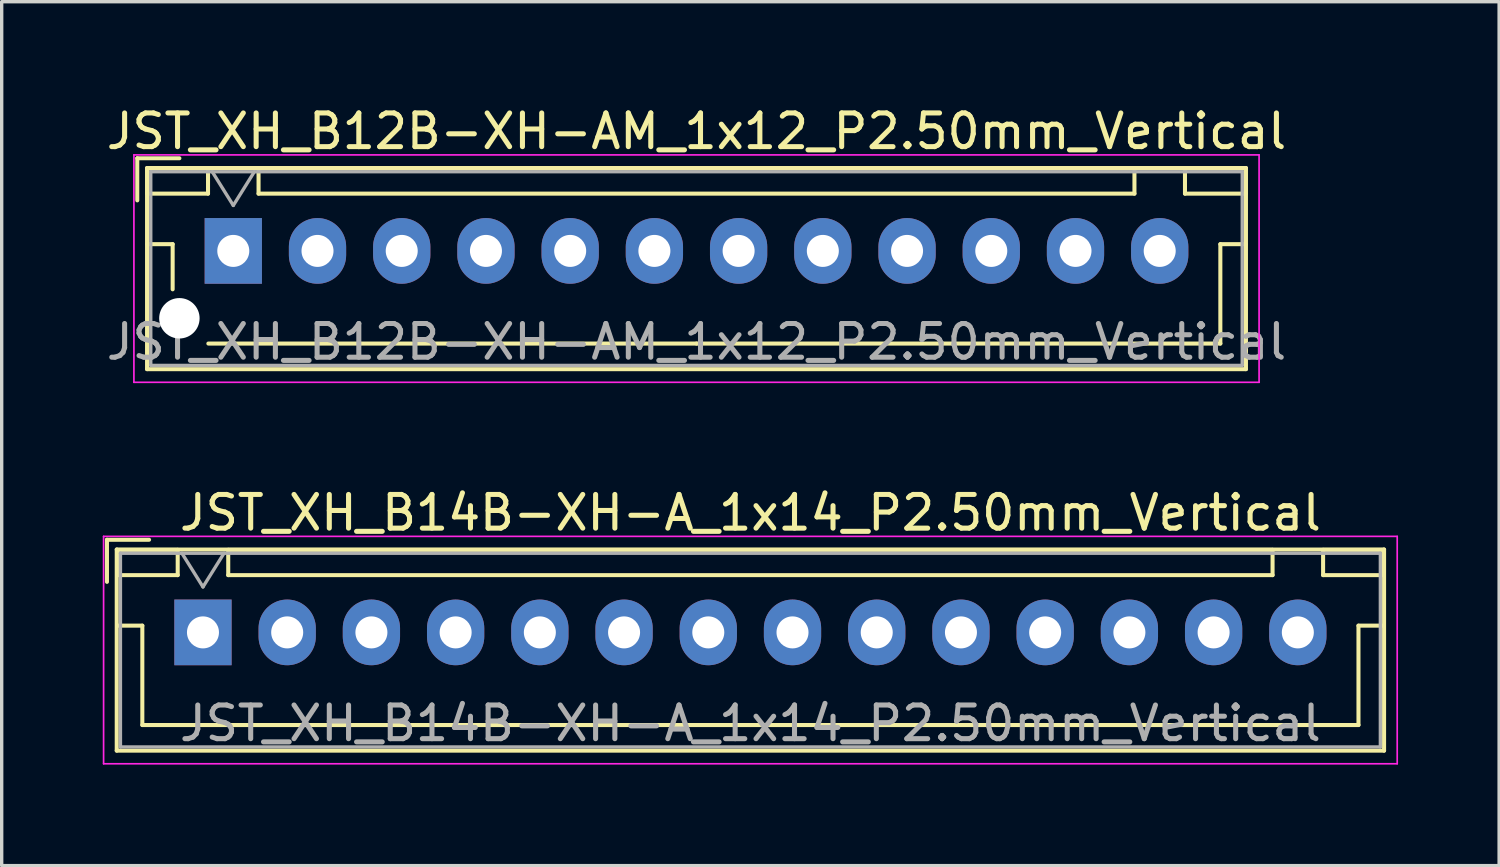
<source format=kicad_pcb>
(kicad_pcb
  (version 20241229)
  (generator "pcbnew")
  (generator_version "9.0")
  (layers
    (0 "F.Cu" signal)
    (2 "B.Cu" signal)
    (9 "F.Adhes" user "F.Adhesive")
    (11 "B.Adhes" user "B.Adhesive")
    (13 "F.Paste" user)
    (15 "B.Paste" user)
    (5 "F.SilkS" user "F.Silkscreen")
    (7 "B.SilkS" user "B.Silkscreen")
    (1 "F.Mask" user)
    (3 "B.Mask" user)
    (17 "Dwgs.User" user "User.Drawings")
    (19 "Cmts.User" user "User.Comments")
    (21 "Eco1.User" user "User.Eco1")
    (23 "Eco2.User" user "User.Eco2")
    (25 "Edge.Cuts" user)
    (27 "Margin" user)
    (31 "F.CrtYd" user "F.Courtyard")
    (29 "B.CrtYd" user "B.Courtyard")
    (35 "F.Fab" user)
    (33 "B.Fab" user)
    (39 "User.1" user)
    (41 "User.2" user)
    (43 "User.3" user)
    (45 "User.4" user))
  (footprint "JST_XH_B14B-XH-A_1x14_P2.50mm_Vertical"
    (layer "F.Cu")
    (at 2.975 15.722)
    (property "Reference" "JST_XH_B14B-XH-A_1x14_P2.50mm_Vertical" (at 16.25 -3.55 0) (layer "F.SilkS") (effects (font (size 1 1) (thickness 0.15))))
    (attr through_hole)
    (fp_line (start -2.85 -2.75) (end -2.85 -1.5) (stroke (width 0.12) (type solid)) (layer "F.SilkS"))
    (fp_line (start -2.56 -2.46) (end -2.56 3.51) (stroke (width 0.12) (type solid)) (layer "F.SilkS"))
    (fp_line (start -2.56 3.51) (end 35.06 3.51) (stroke (width 0.12) (type solid)) (layer "F.SilkS"))
    (fp_line (start -2.55 -2.45) (end -2.55 -1.7) (stroke (width 0.12) (type solid)) (layer "F.SilkS"))
    (fp_line (start -2.55 -1.7) (end -0.75 -1.7) (stroke (width 0.12) (type solid)) (layer "F.SilkS"))
    (fp_line (start -2.55 -0.2) (end -1.8 -0.2) (stroke (width 0.12) (type solid)) (layer "F.SilkS"))
    (fp_line (start -1.8 -0.2) (end -1.8 2.75) (stroke (width 0.12) (type solid)) (layer "F.SilkS"))
    (fp_line (start -1.8 2.75) (end 16.25 2.75) (stroke (width 0.12) (type solid)) (layer "F.SilkS"))
    (fp_line (start -1.6 -2.75) (end -2.85 -2.75) (stroke (width 0.12) (type solid)) (layer "F.SilkS"))
    (fp_line (start -0.75 -2.45) (end -2.55 -2.45) (stroke (width 0.12) (type solid)) (layer "F.SilkS"))
    (fp_line (start -0.75 -1.7) (end -0.75 -2.45) (stroke (width 0.12) (type solid)) (layer "F.SilkS"))
    (fp_line (start 0.75 -2.45) (end 0.75 -1.7) (stroke (width 0.12) (type solid)) (layer "F.SilkS"))
    (fp_line (start 0.75 -1.7) (end 31.75 -1.7) (stroke (width 0.12) (type solid)) (layer "F.SilkS"))
    (fp_line (start 31.75 -2.45) (end 0.75 -2.45) (stroke (width 0.12) (type solid)) (layer "F.SilkS"))
    (fp_line (start 31.75 -1.7) (end 31.75 -2.45) (stroke (width 0.12) (type solid)) (layer "F.SilkS"))
    (fp_line (start 33.25 -2.45) (end 33.25 -1.7) (stroke (width 0.12) (type solid)) (layer "F.SilkS"))
    (fp_line (start 33.25 -1.7) (end 35.05 -1.7) (stroke (width 0.12) (type solid)) (layer "F.SilkS"))
    (fp_line (start 34.3 -0.2) (end 34.3 2.75) (stroke (width 0.12) (type solid)) (layer "F.SilkS"))
    (fp_line (start 34.3 2.75) (end 16.25 2.75) (stroke (width 0.12) (type solid)) (layer "F.SilkS"))
    (fp_line (start 35.05 -2.45) (end 33.25 -2.45) (stroke (width 0.12) (type solid)) (layer "F.SilkS"))
    (fp_line (start 35.05 -1.7) (end 35.05 -2.45) (stroke (width 0.12) (type solid)) (layer "F.SilkS"))
    (fp_line (start 35.05 -0.2) (end 34.3 -0.2) (stroke (width 0.12) (type solid)) (layer "F.SilkS"))
    (fp_line (start 35.06 -2.46) (end -2.56 -2.46) (stroke (width 0.12) (type solid)) (layer "F.SilkS"))
    (fp_line (start 35.06 3.51) (end 35.06 -2.46) (stroke (width 0.12) (type solid)) (layer "F.SilkS"))
    (fp_line (start -2.95 -2.85) (end -2.95 3.9) (stroke (width 0.05) (type solid)) (layer "F.CrtYd"))
    (fp_line (start -2.95 3.9) (end 35.45 3.9) (stroke (width 0.05) (type solid)) (layer "F.CrtYd"))
    (fp_line (start 35.45 -2.85) (end -2.95 -2.85) (stroke (width 0.05) (type solid)) (layer "F.CrtYd"))
    (fp_line (start 35.45 3.9) (end 35.45 -2.85) (stroke (width 0.05) (type solid)) (layer "F.CrtYd"))
    (fp_line (start -2.45 -2.35) (end -2.45 3.4) (stroke (width 0.1) (type solid)) (layer "F.Fab"))
    (fp_line (start -2.45 3.4) (end 34.95 3.4) (stroke (width 0.1) (type solid)) (layer "F.Fab"))
    (fp_line (start -0.625 -2.35) (end 0 -1.35) (stroke (width 0.1) (type solid)) (layer "F.Fab"))
    (fp_line (start 0 -1.35) (end 0.625 -2.35) (stroke (width 0.1) (type solid)) (layer "F.Fab"))
    (fp_line (start 34.95 -2.35) (end -2.45 -2.35) (stroke (width 0.1) (type solid)) (layer "F.Fab"))
    (fp_line (start 34.95 3.4) (end 34.95 -2.35) (stroke (width 0.1) (type solid)) (layer "F.Fab"))
    (fp_text user "${REFERENCE}" (at 16.25 2.7 0) (layer "F.Fab") (effects (font (size 1 1) (thickness 0.15))))
    (pad "1" thru_hole rect (at 0 0) (size 1.7 1.95) (drill 0.95) (layers "*.Cu" "*.Mask"))
    (pad "2" thru_hole oval (at 2.5 0) (size 1.7 1.95) (drill 0.95) (layers "*.Cu" "*.Mask"))
    (pad "3" thru_hole oval (at 5 0) (size 1.7 1.95) (drill 0.95) (layers "*.Cu" "*.Mask"))
    (pad "4" thru_hole oval (at 7.5 0) (size 1.7 1.95) (drill 0.95) (layers "*.Cu" "*.Mask"))
    (pad "5" thru_hole oval (at 10 0) (size 1.7 1.95) (drill 0.95) (layers "*.Cu" "*.Mask"))
    (pad "6" thru_hole oval (at 12.5 0) (size 1.7 1.95) (drill 0.95) (layers "*.Cu" "*.Mask"))
    (pad "7" thru_hole oval (at 15 0) (size 1.7 1.95) (drill 0.95) (layers "*.Cu" "*.Mask"))
    (pad "8" thru_hole oval (at 17.5 0) (size 1.7 1.95) (drill 0.95) (layers "*.Cu" "*.Mask"))
    (pad "9" thru_hole oval (at 20 0) (size 1.7 1.95) (drill 0.95) (layers "*.Cu" "*.Mask"))
    (pad "10" thru_hole oval (at 22.5 0) (size 1.7 1.95) (drill 0.95) (layers "*.Cu" "*.Mask"))
    (pad "11" thru_hole oval (at 25 0) (size 1.7 1.95) (drill 0.95) (layers "*.Cu" "*.Mask"))
    (pad "12" thru_hole oval (at 27.5 0) (size 1.7 1.95) (drill 0.95) (layers "*.Cu" "*.Mask"))
    (pad "13" thru_hole oval (at 30 0) (size 1.7 1.95) (drill 0.95) (layers "*.Cu" "*.Mask"))
    (pad "14" thru_hole oval (at 32.5 0) (size 1.7 1.95) (drill 0.95) (layers "*.Cu" "*.Mask")))
  (footprint "JST_XH_B12B-XH-AM_1x12_P2.50mm_Vertical"
    (layer "F.Cu")
    (at 3.875 4.398)
    (property "Reference" "JST_XH_B12B-XH-AM_1x12_P2.50mm_Vertical" (at 13.75 -3.55 0) (layer "F.SilkS") (effects (font (size 1 1) (thickness 0.15))))
    (attr through_hole)
    (fp_line (start -2.85 -2.75) (end -2.85 -1.5) (stroke (width 0.12) (type solid)) (layer "F.SilkS"))
    (fp_line (start -2.56 -2.46) (end -2.56 3.51) (stroke (width 0.12) (type solid)) (layer "F.SilkS"))
    (fp_line (start -2.56 3.51) (end 30.06 3.51) (stroke (width 0.12) (type solid)) (layer "F.SilkS"))
    (fp_line (start -2.55 -2.45) (end -2.55 -1.7) (stroke (width 0.12) (type solid)) (layer "F.SilkS"))
    (fp_line (start -2.55 -1.7) (end -0.75 -1.7) (stroke (width 0.12) (type solid)) (layer "F.SilkS"))
    (fp_line (start -2.55 -0.2) (end -1.8 -0.2) (stroke (width 0.12) (type solid)) (layer "F.SilkS"))
    (fp_line (start -1.8 -0.2) (end -1.8 1.14) (stroke (width 0.12) (type solid)) (layer "F.SilkS"))
    (fp_line (start -1.6 -2.75) (end -2.85 -2.75) (stroke (width 0.12) (type solid)) (layer "F.SilkS"))
    (fp_line (start -0.75 -2.45) (end -2.55 -2.45) (stroke (width 0.12) (type solid)) (layer "F.SilkS"))
    (fp_line (start -0.75 -1.7) (end -0.75 -2.45) (stroke (width 0.12) (type solid)) (layer "F.SilkS"))
    (fp_line (start 0.75 -2.45) (end 0.75 -1.7) (stroke (width 0.12) (type solid)) (layer "F.SilkS"))
    (fp_line (start 0.75 -1.7) (end 26.75 -1.7) (stroke (width 0.12) (type solid)) (layer "F.SilkS"))
    (fp_line (start 13.75 2.75) (end -0.74 2.75) (stroke (width 0.12) (type solid)) (layer "F.SilkS"))
    (fp_line (start 26.75 -2.45) (end 0.75 -2.45) (stroke (width 0.12) (type solid)) (layer "F.SilkS"))
    (fp_line (start 26.75 -1.7) (end 26.75 -2.45) (stroke (width 0.12) (type solid)) (layer "F.SilkS"))
    (fp_line (start 28.25 -2.45) (end 28.25 -1.7) (stroke (width 0.12) (type solid)) (layer "F.SilkS"))
    (fp_line (start 28.25 -1.7) (end 30.05 -1.7) (stroke (width 0.12) (type solid)) (layer "F.SilkS"))
    (fp_line (start 29.3 -0.2) (end 29.3 2.75) (stroke (width 0.12) (type solid)) (layer "F.SilkS"))
    (fp_line (start 29.3 2.75) (end 13.75 2.75) (stroke (width 0.12) (type solid)) (layer "F.SilkS"))
    (fp_line (start 30.05 -2.45) (end 28.25 -2.45) (stroke (width 0.12) (type solid)) (layer "F.SilkS"))
    (fp_line (start 30.05 -1.7) (end 30.05 -2.45) (stroke (width 0.12) (type solid)) (layer "F.SilkS"))
    (fp_line (start 30.05 -0.2) (end 29.3 -0.2) (stroke (width 0.12) (type solid)) (layer "F.SilkS"))
    (fp_line (start 30.06 -2.46) (end -2.56 -2.46) (stroke (width 0.12) (type solid)) (layer "F.SilkS"))
    (fp_line (start 30.06 3.51) (end 30.06 -2.46) (stroke (width 0.12) (type solid)) (layer "F.SilkS"))
    (fp_line (start -2.95 -2.85) (end -2.95 3.9) (stroke (width 0.05) (type solid)) (layer "F.CrtYd"))
    (fp_line (start -2.95 3.9) (end 30.45 3.9) (stroke (width 0.05) (type solid)) (layer "F.CrtYd"))
    (fp_line (start 30.45 -2.85) (end -2.95 -2.85) (stroke (width 0.05) (type solid)) (layer "F.CrtYd"))
    (fp_line (start 30.45 3.9) (end 30.45 -2.85) (stroke (width 0.05) (type solid)) (layer "F.CrtYd"))
    (fp_line (start -2.45 -2.35) (end -2.45 3.4) (stroke (width 0.1) (type solid)) (layer "F.Fab"))
    (fp_line (start -2.45 3.4) (end 29.95 3.4) (stroke (width 0.1) (type solid)) (layer "F.Fab"))
    (fp_line (start -0.625 -2.35) (end 0 -1.35) (stroke (width 0.1) (type solid)) (layer "F.Fab"))
    (fp_line (start 0 -1.35) (end 0.625 -2.35) (stroke (width 0.1) (type solid)) (layer "F.Fab"))
    (fp_line (start 29.95 -2.35) (end -2.45 -2.35) (stroke (width 0.1) (type solid)) (layer "F.Fab"))
    (fp_line (start 29.95 3.4) (end 29.95 -2.35) (stroke (width 0.1) (type solid)) (layer "F.Fab"))
    (fp_text user "${REFERENCE}" (at 13.75 2.7 0) (layer "F.Fab") (effects (font (size 1 1) (thickness 0.15))))
    (pad "" np_thru_hole circle (at -1.6 2) (size 1.2 1.2) (drill 1.2) (layers "*.Cu" "*.Mask"))
    (pad "1" thru_hole rect (at 0 0) (size 1.7 1.95) (drill 0.95) (layers "*.Cu" "*.Mask"))
    (pad "2" thru_hole oval (at 2.5 0) (size 1.7 1.95) (drill 0.95) (layers "*.Cu" "*.Mask"))
    (pad "3" thru_hole oval (at 5 0) (size 1.7 1.95) (drill 0.95) (layers "*.Cu" "*.Mask"))
    (pad "4" thru_hole oval (at 7.5 0) (size 1.7 1.95) (drill 0.95) (layers "*.Cu" "*.Mask"))
    (pad "5" thru_hole oval (at 10 0) (size 1.7 1.95) (drill 0.95) (layers "*.Cu" "*.Mask"))
    (pad "6" thru_hole oval (at 12.5 0) (size 1.7 1.95) (drill 0.95) (layers "*.Cu" "*.Mask"))
    (pad "7" thru_hole oval (at 15 0) (size 1.7 1.95) (drill 0.95) (layers "*.Cu" "*.Mask"))
    (pad "8" thru_hole oval (at 17.5 0) (size 1.7 1.95) (drill 0.95) (layers "*.Cu" "*.Mask"))
    (pad "9" thru_hole oval (at 20 0) (size 1.7 1.95) (drill 0.95) (layers "*.Cu" "*.Mask"))
    (pad "10" thru_hole oval (at 22.5 0) (size 1.7 1.95) (drill 0.95) (layers "*.Cu" "*.Mask"))
    (pad "11" thru_hole oval (at 25 0) (size 1.7 1.95) (drill 0.95) (layers "*.Cu" "*.Mask"))
    (pad "12" thru_hole oval (at 27.5 0) (size 1.7 1.95) (drill 0.95) (layers "*.Cu" "*.Mask")))
  (gr_rect
    (start -3 -3)
    (end 41.45 22.646)
    (stroke (width 0.1) (type default))
    (fill no)
    (layer "Edge.Cuts")))
</source>
